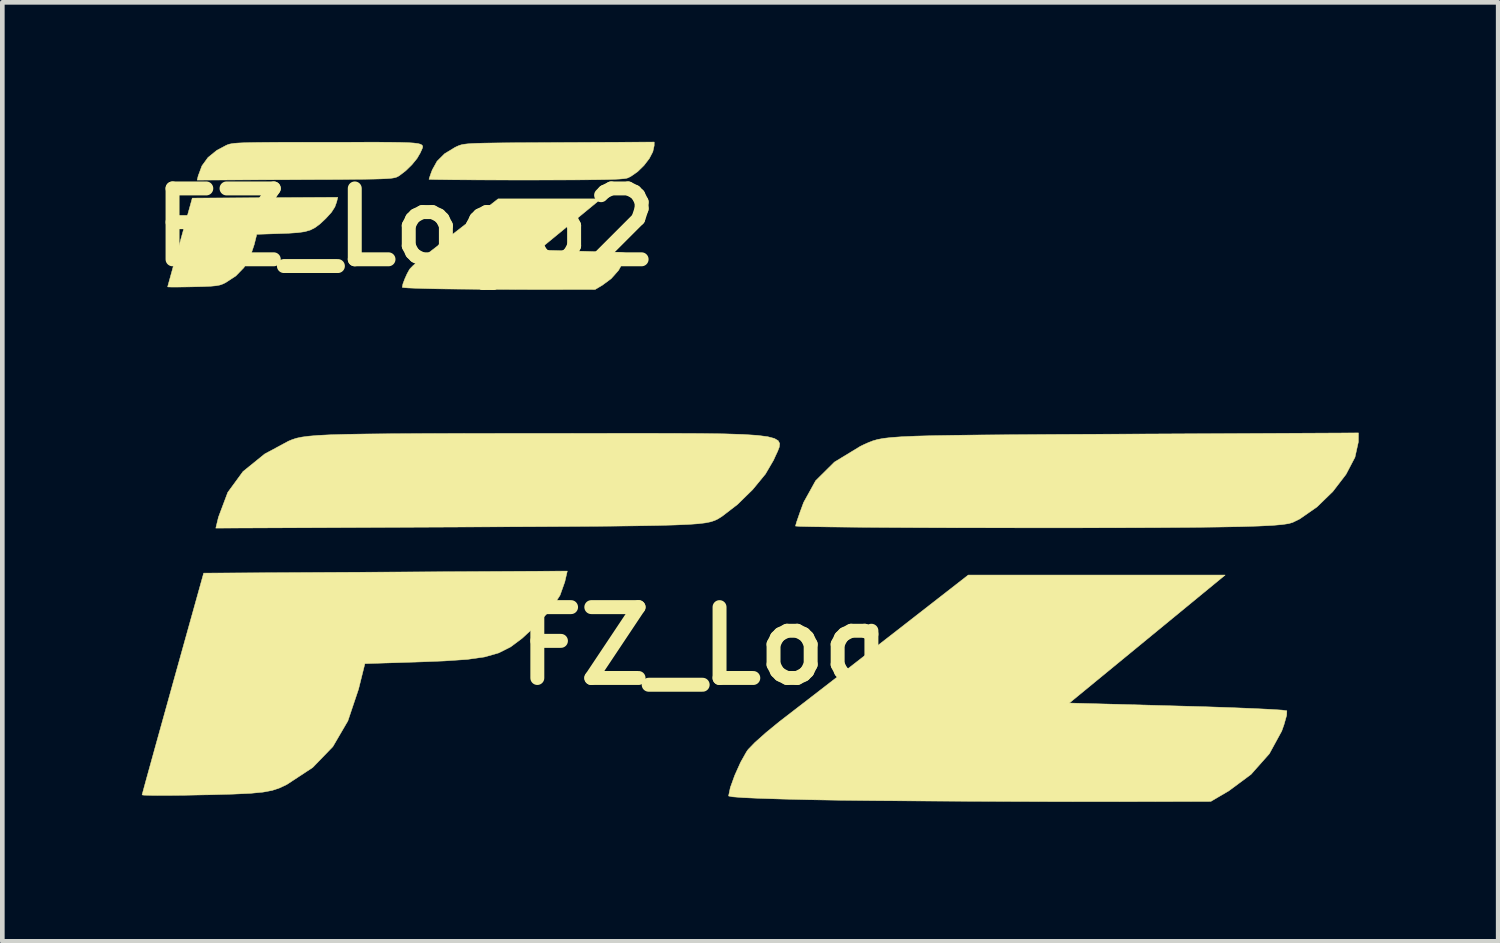
<source format=kicad_pcb>
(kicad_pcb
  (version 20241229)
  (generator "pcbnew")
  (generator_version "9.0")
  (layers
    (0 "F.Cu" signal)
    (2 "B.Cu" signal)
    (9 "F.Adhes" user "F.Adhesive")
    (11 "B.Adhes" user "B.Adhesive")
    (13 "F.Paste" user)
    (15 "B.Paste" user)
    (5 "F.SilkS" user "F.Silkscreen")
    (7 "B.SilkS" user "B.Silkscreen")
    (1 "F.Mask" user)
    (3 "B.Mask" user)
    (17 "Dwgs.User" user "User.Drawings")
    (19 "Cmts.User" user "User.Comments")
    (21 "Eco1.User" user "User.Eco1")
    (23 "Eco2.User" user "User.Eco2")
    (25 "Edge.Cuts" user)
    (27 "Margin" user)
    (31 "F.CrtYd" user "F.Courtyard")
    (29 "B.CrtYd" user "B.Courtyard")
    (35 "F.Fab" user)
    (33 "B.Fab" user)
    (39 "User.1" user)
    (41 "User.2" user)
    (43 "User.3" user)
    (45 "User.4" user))
  (footprint "FZ_Logo"
    (layer "F.Cu")
    (at 12.787 10.841)
    (property "Reference" "FZ_Logo" (at 0 0 0) (layer "F.SilkS") (effects (font (size 1.524 1.524) (thickness 0.3))))
    (attr through_hole)
    (fp_poly (pts (xy -3.691 -1.377) (xy -3.793 -1.09) (xy -3.975 -0.806) (xy -4.268 -0.483) (xy -4.341 -0.411) (xy -4.611 -0.162) (xy -4.856 0.021) (xy -5.112 0.15) (xy -5.412 0.236) (xy -5.791 0.29) (xy -6.282 0.323) (xy -6.683 0.339) (xy -7.99 0.381) (xy -8.127 0.931) (xy -8.356 1.613) (xy -8.679 2.166) (xy -9.113 2.615) (xy -9.669 2.98) (xy -9.822 3.053) (xy -9.983 3.107) (xy -10.182 3.144) (xy -10.452 3.17) (xy -10.824 3.187) (xy -11.329 3.201) (xy -11.409 3.202) (xy -11.87 3.211) (xy -12.265 3.215) (xy -12.565 3.214) (xy -12.744 3.209) (xy -12.782 3.203) (xy -12.759 3.118) (xy -12.697 2.89) (xy -12.6 2.54) (xy -12.475 2.088) (xy -12.327 1.556) (xy -12.162 0.963) (xy -12.118 0.804) (xy -11.457 -1.566) (xy -7.547 -1.588) (xy -3.637 -1.61) (xy -3.691 -1.377)) (stroke (width 0.01) (type solid)) (fill yes) (layer "F.SilkS"))
    (fp_poly (pts (xy 8.835 -0.148) (xy 7.159 1.228) (xy 9.477 1.291) (xy 10.087 1.308) (xy 10.639 1.327) (xy 11.112 1.346) (xy 11.484 1.364) (xy 11.733 1.38) (xy 11.836 1.394) (xy 11.837 1.394) (xy 11.833 1.49) (xy 11.777 1.689) (xy 11.727 1.831) (xy 11.461 2.318) (xy 11.066 2.763) (xy 10.59 3.116) (xy 10.202 3.344) (xy 8.086 3.348) (xy 7.465 3.348) (xy 6.716 3.347) (xy 5.88 3.344) (xy 4.996 3.34) (xy 4.107 3.335) (xy 3.252 3.329) (xy 2.9 3.326) (xy 2.198 3.318) (xy 1.552 3.307) (xy 0.982 3.293) (xy 0.506 3.278) (xy 0.143 3.262) (xy -0.089 3.244) (xy -0.169 3.227) (xy -0.131 3.045) (xy -0.036 2.782) (xy 0.089 2.504) (xy 0.216 2.278) (xy 0.252 2.227) (xy 0.397 2.077) (xy 0.635 1.865) (xy 0.924 1.628) (xy 1.037 1.541) (xy 1.281 1.353) (xy 1.631 1.083) (xy 2.059 0.752) (xy 2.537 0.381) (xy 3.037 -0.008) (xy 3.318 -0.226) (xy 4.985 -1.524) (xy 10.51 -1.524) (xy 8.835 -0.148)) (stroke (width 0.01) (type solid)) (fill yes) (layer "F.SilkS"))
    (fp_poly (pts (xy 13.375 -4.386) (xy 13.302 -4.057) (xy 13.109 -3.689) (xy 12.826 -3.32) (xy 12.485 -2.989) (xy 12.116 -2.732) (xy 11.962 -2.656) (xy 11.876 -2.631) (xy 11.734 -2.61) (xy 11.524 -2.592) (xy 11.235 -2.578) (xy 10.855 -2.566) (xy 10.372 -2.557) (xy 9.774 -2.55) (xy 9.05 -2.545) (xy 8.187 -2.542) (xy 7.174 -2.54) (xy 6.48 -2.54) (xy 5.558 -2.541) (xy 4.688 -2.542) (xy 3.885 -2.545) (xy 3.162 -2.549) (xy 2.535 -2.554) (xy 2.018 -2.559) (xy 1.626 -2.565) (xy 1.372 -2.571) (xy 1.271 -2.578) (xy 1.27 -2.579) (xy 1.297 -2.673) (xy 1.368 -2.877) (xy 1.445 -3.086) (xy 1.704 -3.554) (xy 2.108 -3.954) (xy 2.665 -4.293) (xy 2.758 -4.338) (xy 2.847 -4.377) (xy 2.935 -4.411) (xy 3.037 -4.44) (xy 3.166 -4.464) (xy 3.335 -4.483) (xy 3.56 -4.499) (xy 3.852 -4.512) (xy 4.225 -4.522) (xy 4.694 -4.53) (xy 5.272 -4.537) (xy 5.973 -4.542) (xy 6.809 -4.548) (xy 7.796 -4.553) (xy 8.276 -4.555) (xy 13.377 -4.581) (xy 13.375 -4.386)) (stroke (width 0.01) (type solid)) (fill yes) (layer "F.SilkS"))
    (fp_poly (pts (xy -1.411 -4.571) (xy -0.774 -4.568) (xy -0.26 -4.561) (xy 0.145 -4.548) (xy 0.451 -4.528) (xy 0.671 -4.5) (xy 0.816 -4.462) (xy 0.898 -4.414) (xy 0.93 -4.353) (xy 0.922 -4.278) (xy 0.888 -4.189) (xy 0.838 -4.083) (xy 0.8 -3.998) (xy 0.625 -3.698) (xy 0.35 -3.363) (xy 0.021 -3.041) (xy -0.315 -2.783) (xy -0.339 -2.768) (xy -0.401 -2.73) (xy -0.468 -2.698) (xy -0.552 -2.67) (xy -0.666 -2.647) (xy -0.823 -2.628) (xy -1.037 -2.613) (xy -1.32 -2.601) (xy -1.686 -2.591) (xy -2.147 -2.583) (xy -2.717 -2.576) (xy -3.409 -2.571) (xy -4.235 -2.566) (xy -5.209 -2.561) (xy -5.915 -2.558) (xy -11.196 -2.534) (xy -11.139 -2.77) (xy -10.939 -3.302) (xy -10.611 -3.751) (xy -10.144 -4.129) (xy -9.635 -4.403) (xy -9.553 -4.437) (xy -9.462 -4.467) (xy -9.347 -4.491) (xy -9.196 -4.511) (xy -8.995 -4.528) (xy -8.729 -4.541) (xy -8.387 -4.551) (xy -7.954 -4.558) (xy -7.417 -4.563) (xy -6.761 -4.567) (xy -5.975 -4.569) (xy -5.044 -4.57) (xy -4.17 -4.57) (xy -3.097 -4.571) (xy -2.181 -4.572) (xy -1.411 -4.571)) (stroke (width 0.01) (type solid)) (fill yes) (layer "F.SilkS")))
  (footprint "FZ_Logo2"
    (layer "F.Cu")
    (at 5.668 1.837)
    (property "Reference" "FZ_Logo2" (at 0 0 0) (layer "F.SilkS") (effects (font (size 1.524 1.524) (thickness 0.3))))
    (attr through_hole)
    (fp_poly (pts (xy -1.476 -0.551) (xy -1.517 -0.436) (xy -1.59 -0.322) (xy -1.707 -0.193) (xy -1.737 -0.164) (xy -1.844 -0.065) (xy -1.943 0.008) (xy -2.045 0.06) (xy -2.165 0.095) (xy -2.316 0.116) (xy -2.513 0.129) (xy -2.673 0.135) (xy -3.196 0.152) (xy -3.251 0.373) (xy -3.342 0.645) (xy -3.472 0.867) (xy -3.645 1.046) (xy -3.868 1.192) (xy -3.929 1.221) (xy -3.993 1.243) (xy -4.073 1.258) (xy -4.181 1.268) (xy -4.33 1.275) (xy -4.532 1.28) (xy -4.564 1.281) (xy -4.748 1.284) (xy -4.906 1.286) (xy -5.026 1.286) (xy -5.098 1.284) (xy -5.113 1.281) (xy -5.104 1.247) (xy -5.079 1.156) (xy -5.04 1.016) (xy -4.99 0.835) (xy -4.931 0.622) (xy -4.865 0.385) (xy -4.847 0.322) (xy -4.583 -0.627) (xy -3.019 -0.635) (xy -1.455 -0.644) (xy -1.476 -0.551)) (stroke (width 0.01) (type solid)) (fill yes) (layer "F.SilkS"))
    (fp_poly (pts (xy 3.534 -0.059) (xy 2.864 0.491) (xy 3.791 0.516) (xy 4.035 0.523) (xy 4.256 0.531) (xy 4.445 0.539) (xy 4.594 0.546) (xy 4.693 0.552) (xy 4.734 0.557) (xy 4.735 0.558) (xy 4.733 0.596) (xy 4.711 0.676) (xy 4.691 0.733) (xy 4.584 0.927) (xy 4.426 1.105) (xy 4.236 1.246) (xy 4.081 1.338) (xy 3.234 1.339) (xy 2.986 1.339) (xy 2.687 1.339) (xy 2.352 1.338) (xy 1.999 1.336) (xy 1.643 1.334) (xy 1.301 1.331) (xy 1.16 1.33) (xy 0.879 1.327) (xy 0.621 1.323) (xy 0.393 1.317) (xy 0.202 1.311) (xy 0.057 1.305) (xy -0.035 1.298) (xy -0.068 1.291) (xy -0.053 1.218) (xy -0.014 1.113) (xy 0.036 1.002) (xy 0.086 0.911) (xy 0.101 0.891) (xy 0.159 0.831) (xy 0.254 0.746) (xy 0.37 0.651) (xy 0.415 0.616) (xy 0.512 0.541) (xy 0.652 0.433) (xy 0.824 0.301) (xy 1.015 0.152) (xy 1.215 -0.003) (xy 1.327 -0.09) (xy 1.994 -0.61) (xy 4.204 -0.61) (xy 3.534 -0.059)) (stroke (width 0.01) (type solid)) (fill yes) (layer "F.SilkS"))
    (fp_poly (pts (xy 5.35 -1.754) (xy 5.321 -1.623) (xy 5.244 -1.476) (xy 5.13 -1.328) (xy 4.994 -1.195) (xy 4.847 -1.093) (xy 4.785 -1.062) (xy 4.75 -1.052) (xy 4.693 -1.044) (xy 4.61 -1.037) (xy 4.494 -1.031) (xy 4.342 -1.026) (xy 4.149 -1.023) (xy 3.91 -1.02) (xy 3.62 -1.018) (xy 3.275 -1.017) (xy 2.87 -1.016) (xy 2.592 -1.016) (xy 2.223 -1.016) (xy 1.875 -1.017) (xy 1.554 -1.018) (xy 1.265 -1.02) (xy 1.014 -1.021) (xy 0.807 -1.024) (xy 0.65 -1.026) (xy 0.549 -1.029) (xy 0.508 -1.031) (xy 0.508 -1.032) (xy 0.519 -1.069) (xy 0.547 -1.151) (xy 0.578 -1.234) (xy 0.682 -1.421) (xy 0.843 -1.581) (xy 1.066 -1.717) (xy 1.103 -1.735) (xy 1.139 -1.751) (xy 1.174 -1.764) (xy 1.215 -1.776) (xy 1.266 -1.785) (xy 1.334 -1.793) (xy 1.424 -1.8) (xy 1.541 -1.805) (xy 1.69 -1.809) (xy 1.878 -1.812) (xy 2.109 -1.815) (xy 2.389 -1.817) (xy 2.724 -1.819) (xy 3.118 -1.821) (xy 3.31 -1.822) (xy 5.351 -1.832) (xy 5.35 -1.754)) (stroke (width 0.01) (type solid)) (fill yes) (layer "F.SilkS"))
    (fp_poly (pts (xy -0.564 -1.829) (xy -0.31 -1.827) (xy -0.104 -1.824) (xy 0.058 -1.819) (xy 0.18 -1.811) (xy 0.268 -1.8) (xy 0.326 -1.785) (xy 0.359 -1.765) (xy 0.372 -1.741) (xy 0.369 -1.711) (xy 0.355 -1.676) (xy 0.335 -1.633) (xy 0.32 -1.599) (xy 0.25 -1.479) (xy 0.14 -1.345) (xy 0.008 -1.216) (xy -0.126 -1.113) (xy -0.135 -1.107) (xy -0.161 -1.092) (xy -0.187 -1.079) (xy -0.221 -1.068) (xy -0.266 -1.059) (xy -0.329 -1.051) (xy -0.415 -1.045) (xy -0.528 -1.04) (xy -0.674 -1.036) (xy -0.859 -1.033) (xy -1.087 -1.031) (xy -1.363 -1.028) (xy -1.694 -1.026) (xy -2.084 -1.025) (xy -2.366 -1.023) (xy -4.478 -1.014) (xy -4.455 -1.108) (xy -4.375 -1.321) (xy -4.245 -1.5) (xy -4.058 -1.652) (xy -3.854 -1.761) (xy -3.821 -1.775) (xy -3.785 -1.787) (xy -3.739 -1.796) (xy -3.678 -1.805) (xy -3.598 -1.811) (xy -3.492 -1.816) (xy -3.355 -1.82) (xy -3.182 -1.823) (xy -2.967 -1.825) (xy -2.705 -1.827) (xy -2.39 -1.827) (xy -2.018 -1.828) (xy -1.668 -1.828) (xy -1.239 -1.828) (xy -0.872 -1.829) (xy -0.564 -1.829)) (stroke (width 0.01) (type solid)) (fill yes) (layer "F.SilkS")))
  (gr_rect
    (start -3 -3)
    (end 29.169 17.194)
    (stroke (width 0.1) (type default))
    (fill no)
    (layer "Edge.Cuts")))
</source>
